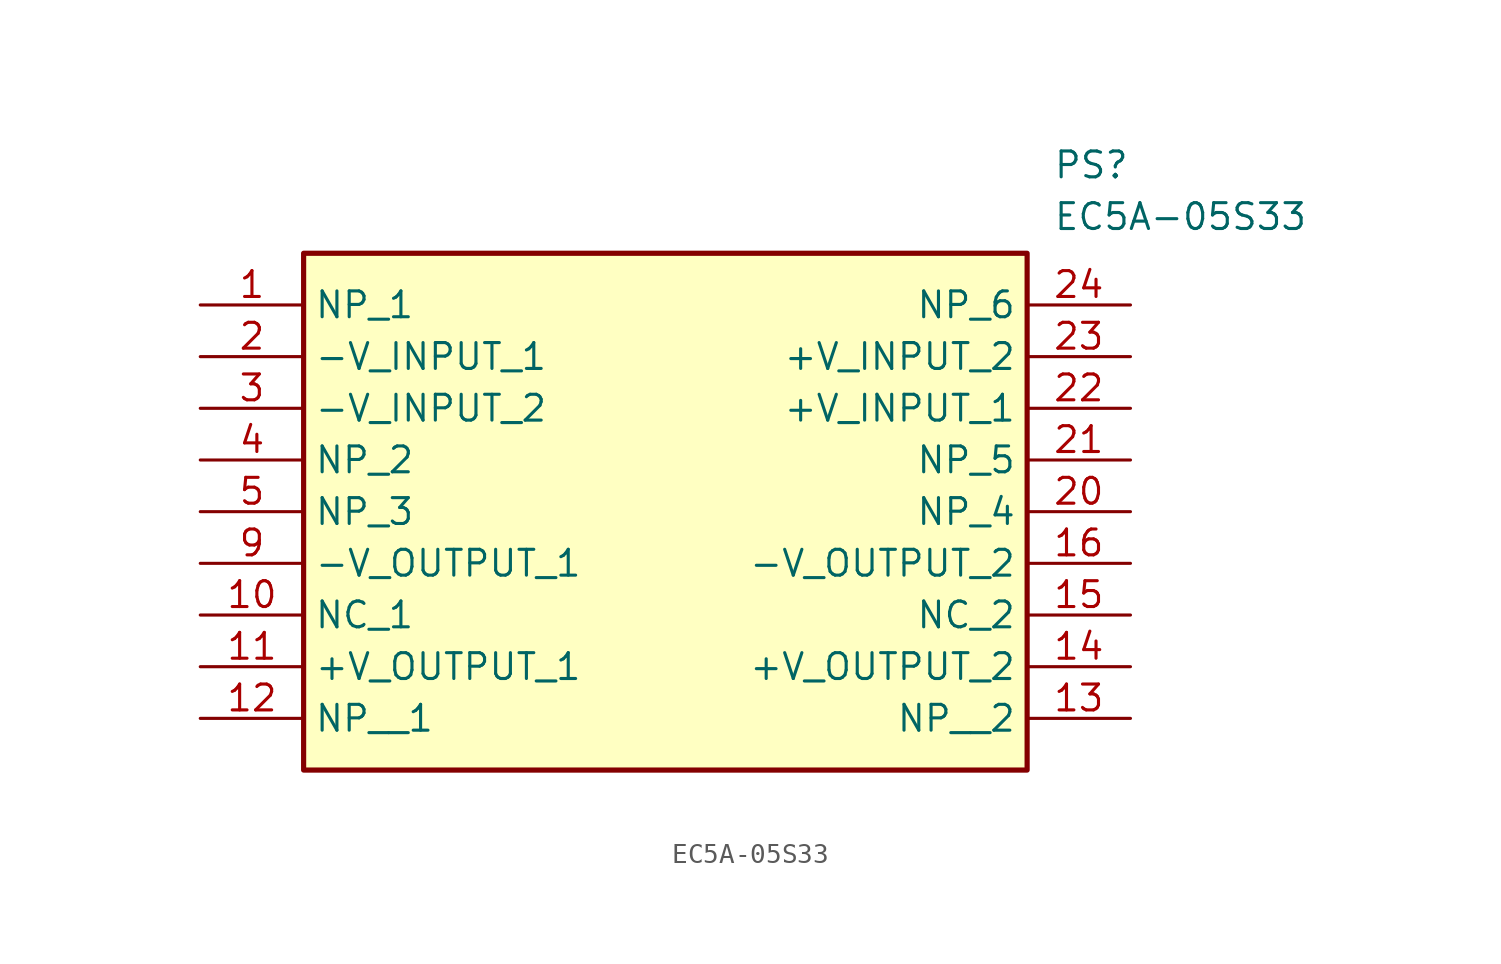
<source format=kicad_sym>
(kicad_symbol_lib
  (version 20211014)
  (generator SamacSys_ECAD_Model)
  (symbol "EC5A-05S33"
    (property "Reference" "PS"
      (at 41.91 7.62 0)
      (effects (font (size 1.27 1.27)) (justify left top)))
    (property "Value" "EC5A-05S33"
      (at 41.91 5.08 0)
      (effects (font (size 1.27 1.27)) (justify left top)))
    (rectangle
      (start 5.08 2.54)
      (end 40.64 -22.86)
      (stroke (width 0.254) (type default))
      (fill (type background)))
    (pin passive line
      (at 0 0 0)
      (length 5.08)
      (name "NP_1" (effects (font (size 1.27 1.27))))
      (number "1" (effects (font (size 1.27 1.27)))))
    (pin passive line
      (at 0 -2.54 0)
      (length 5.08)
      (name "-V_INPUT_1" (effects (font (size 1.27 1.27))))
      (number "2" (effects (font (size 1.27 1.27)))))
    (pin passive line
      (at 0 -5.08 0)
      (length 5.08)
      (name "-V_INPUT_2" (effects (font (size 1.27 1.27))))
      (number "3" (effects (font (size 1.27 1.27)))))
    (pin passive line
      (at 0 -7.62 0)
      (length 5.08)
      (name "NP_2" (effects (font (size 1.27 1.27))))
      (number "4" (effects (font (size 1.27 1.27)))))
    (pin passive line
      (at 0 -10.16 0)
      (length 5.08)
      (name "NP_3" (effects (font (size 1.27 1.27))))
      (number "5" (effects (font (size 1.27 1.27)))))
    (pin passive line
      (at 0 -12.7 0)
      (length 5.08)
      (name "-V_OUTPUT_1" (effects (font (size 1.27 1.27))))
      (number "9" (effects (font (size 1.27 1.27)))))
    (pin passive line
      (at 0 -15.24 0)
      (length 5.08)
      (name "NC_1" (effects (font (size 1.27 1.27))))
      (number "10" (effects (font (size 1.27 1.27)))))
    (pin passive line
      (at 0 -17.78 0)
      (length 5.08)
      (name "+V_OUTPUT_1" (effects (font (size 1.27 1.27))))
      (number "11" (effects (font (size 1.27 1.27)))))
    (pin passive line
      (at 0 -20.32 0)
      (length 5.08)
      (name "NP__1" (effects (font (size 1.27 1.27))))
      (number "12" (effects (font (size 1.27 1.27)))))
    (pin passive line
      (at 45.72 -20.32 180)
      (length 5.08)
      (name "NP__2" (effects (font (size 1.27 1.27))))
      (number "13" (effects (font (size 1.27 1.27)))))
    (pin passive line
      (at 45.72 -17.78 180)
      (length 5.08)
      (name "+V_OUTPUT_2" (effects (font (size 1.27 1.27))))
      (number "14" (effects (font (size 1.27 1.27)))))
    (pin passive line
      (at 45.72 -15.24 180)
      (length 5.08)
      (name "NC_2" (effects (font (size 1.27 1.27))))
      (number "15" (effects (font (size 1.27 1.27)))))
    (pin passive line
      (at 45.72 -12.7 180)
      (length 5.08)
      (name "-V_OUTPUT_2" (effects (font (size 1.27 1.27))))
      (number "16" (effects (font (size 1.27 1.27)))))
    (pin passive line
      (at 45.72 -10.16 180)
      (length 5.08)
      (name "NP_4" (effects (font (size 1.27 1.27))))
      (number "20" (effects (font (size 1.27 1.27)))))
    (pin passive line
      (at 45.72 -7.62 180)
      (length 5.08)
      (name "NP_5" (effects (font (size 1.27 1.27))))
      (number "21" (effects (font (size 1.27 1.27)))))
    (pin passive line
      (at 45.72 -5.08 180)
      (length 5.08)
      (name "+V_INPUT_1" (effects (font (size 1.27 1.27))))
      (number "22" (effects (font (size 1.27 1.27)))))
    (pin passive line
      (at 45.72 -2.54 180)
      (length 5.08)
      (name "+V_INPUT_2" (effects (font (size 1.27 1.27))))
      (number "23" (effects (font (size 1.27 1.27)))))
    (pin passive line
      (at 45.72 0 180)
      (length 5.08)
      (name "NP_6" (effects (font (size 1.27 1.27))))
      (number "24" (effects (font (size 1.27 1.27)))))))
</source>
